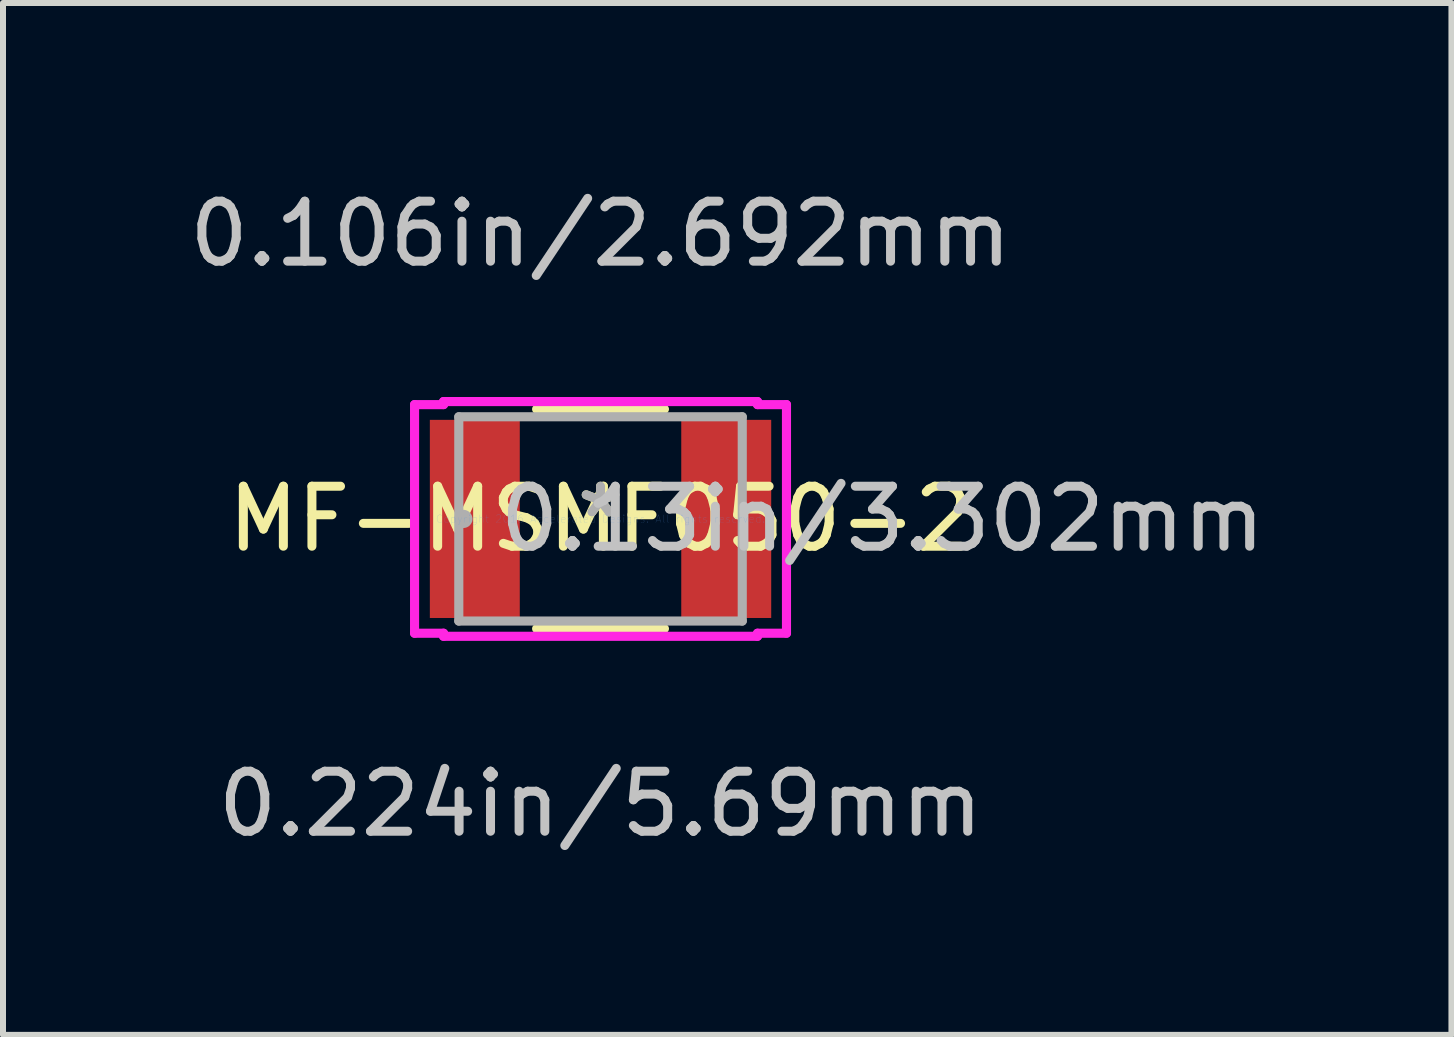
<source format=kicad_pcb>
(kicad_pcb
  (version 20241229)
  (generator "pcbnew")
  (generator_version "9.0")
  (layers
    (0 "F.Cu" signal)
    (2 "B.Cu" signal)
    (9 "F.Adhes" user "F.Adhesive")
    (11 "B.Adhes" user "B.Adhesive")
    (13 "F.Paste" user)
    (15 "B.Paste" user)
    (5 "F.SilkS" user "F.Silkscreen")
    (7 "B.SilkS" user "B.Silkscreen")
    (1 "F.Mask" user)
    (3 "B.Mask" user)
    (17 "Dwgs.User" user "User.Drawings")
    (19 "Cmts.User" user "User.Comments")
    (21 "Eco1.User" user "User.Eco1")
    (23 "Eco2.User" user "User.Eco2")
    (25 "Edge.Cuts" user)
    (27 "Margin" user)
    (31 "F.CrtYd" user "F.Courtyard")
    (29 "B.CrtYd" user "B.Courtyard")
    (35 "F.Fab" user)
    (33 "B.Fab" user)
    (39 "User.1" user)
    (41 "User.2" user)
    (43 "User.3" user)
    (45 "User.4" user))
  (footprint "MF-MSMF050-2"
    (layer "F.Cu")
    (at 6.958 5.598)
    (property "Reference" "MF-MSMF050-2" (at 0 0 0) (layer "F.SilkS") (effects (font (size 1 1) (thickness 0.15))))
    (attr through_hole)
    (fp_line (start -1.065 1.829) (end 1.065 1.829) (stroke (width 0.152) (type solid)) (layer "F.SilkS"))
    (fp_line (start 1.065 -1.829) (end -1.065 -1.829) (stroke (width 0.152) (type solid)) (layer "F.SilkS"))
    (fp_line (start -3.099 -1.905) (end -2.616 -1.905) (stroke (width 0.152) (type solid)) (layer "F.CrtYd"))
    (fp_line (start -3.099 1.905) (end -3.099 -1.905) (stroke (width 0.152) (type solid)) (layer "F.CrtYd"))
    (fp_line (start -2.616 -1.956) (end 2.616 -1.956) (stroke (width 0.152) (type solid)) (layer "F.CrtYd"))
    (fp_line (start -2.616 -1.905) (end -2.616 -1.956) (stroke (width 0.152) (type solid)) (layer "F.CrtYd"))
    (fp_line (start -2.616 1.905) (end -3.099 1.905) (stroke (width 0.152) (type solid)) (layer "F.CrtYd"))
    (fp_line (start -2.616 1.956) (end -2.616 1.905) (stroke (width 0.152) (type solid)) (layer "F.CrtYd"))
    (fp_line (start 2.616 -1.956) (end 2.616 -1.905) (stroke (width 0.152) (type solid)) (layer "F.CrtYd"))
    (fp_line (start 2.616 -1.905) (end 3.099 -1.905) (stroke (width 0.152) (type solid)) (layer "F.CrtYd"))
    (fp_line (start 2.616 1.905) (end 2.616 1.956) (stroke (width 0.152) (type solid)) (layer "F.CrtYd"))
    (fp_line (start 2.616 1.956) (end -2.616 1.956) (stroke (width 0.152) (type solid)) (layer "F.CrtYd"))
    (fp_line (start 3.099 -1.905) (end 3.099 1.905) (stroke (width 0.152) (type solid)) (layer "F.CrtYd"))
    (fp_line (start 3.099 1.905) (end 2.616 1.905) (stroke (width 0.152) (type solid)) (layer "F.CrtYd"))
    (fp_line (start -2.362 -1.702) (end -2.362 1.702) (stroke (width 0.152) (type solid)) (layer "F.Fab"))
    (fp_line (start -2.362 1.702) (end 2.362 1.702) (stroke (width 0.152) (type solid)) (layer "F.Fab"))
    (fp_line (start 2.362 -1.702) (end -2.362 -1.702) (stroke (width 0.152) (type solid)) (layer "F.Fab"))
    (fp_line (start 2.362 1.702) (end 2.362 -1.702) (stroke (width 0.152) (type solid)) (layer "F.Fab"))
    (fp_circle (center -2.286 0) (end -2.286 0) (stroke (width 0.152) (type solid)) (fill no) (layer "F.Fab"))
    (fp_text user "*" (at 0 0 0) (layer "F.SilkS") (effects (font (size 1 1) (thickness 0.15))))
    (fp_text user "0.13in/3.302mm" (at 4.699 0 0) (layer "Dwgs.User") (effects (font (size 1 1) (thickness 0.15))))
    (fp_text user "0.224in/5.69mm" (at 0 4.75 0) (layer "Dwgs.User") (effects (font (size 1 1) (thickness 0.15))))
    (fp_text user "0.106in/2.692mm" (at 0 -4.75 0) (layer "Dwgs.User") (effects (font (size 1 1) (thickness 0.15))))
    (fp_text user "Copyright 2016 Accelerated Designs. All rights reserved." (at 0 0 0) (layer "Cmts.User") (effects (font (size 0.127 0.127) (thickness 0.002))))
    (fp_text user "*" (at 0 0 0) (layer "F.Fab") (effects (font (size 1 1) (thickness 0.15))))
    (pad "1" smd rect (at -2.095 0) (size 1.499 3.302) (layers "F.Cu" "F.Mask" "F.Paste"))
    (pad "2" smd rect (at 2.095 0) (size 1.499 3.302) (layers "F.Cu" "F.Mask" "F.Paste")))
  (gr_rect
    (start -3 -3)
    (end 21.139 14.196)
    (stroke (width 0.1) (type default))
    (fill no)
    (layer "Edge.Cuts")))
</source>
